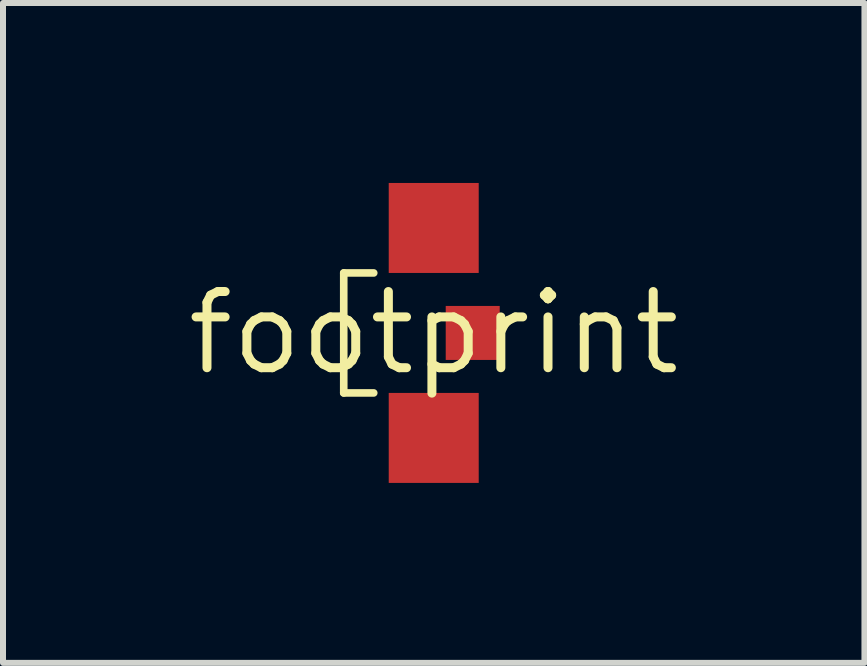
<source format=kicad_pcb>
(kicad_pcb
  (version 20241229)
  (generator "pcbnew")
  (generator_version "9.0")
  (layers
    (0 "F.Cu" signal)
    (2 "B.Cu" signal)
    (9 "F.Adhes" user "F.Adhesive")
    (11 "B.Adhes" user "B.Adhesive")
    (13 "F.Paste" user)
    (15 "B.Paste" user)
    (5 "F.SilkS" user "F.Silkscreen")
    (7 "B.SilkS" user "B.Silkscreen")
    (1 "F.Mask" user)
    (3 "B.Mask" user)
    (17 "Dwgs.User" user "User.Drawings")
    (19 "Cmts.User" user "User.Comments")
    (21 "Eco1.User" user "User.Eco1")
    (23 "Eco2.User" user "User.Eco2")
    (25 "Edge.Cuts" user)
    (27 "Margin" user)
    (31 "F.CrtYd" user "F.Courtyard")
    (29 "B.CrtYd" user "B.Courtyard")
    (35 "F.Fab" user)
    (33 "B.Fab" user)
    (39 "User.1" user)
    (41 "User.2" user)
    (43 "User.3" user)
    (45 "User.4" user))
  (footprint "footprint"
    (layer "F.Cu")
    (at 4.18 2.5)
    (property "Reference" "footprint" (at 0 0 0) (layer "F.SilkS") (effects (font (size 1.27 1.27) (thickness 0.15))))
    (fp_line (start -1.5 -1) (end -1.5 1) (stroke (width 0.127) (type solid)) (layer "F.SilkS"))
    (fp_line (start -1.5 1) (end -1 1) (stroke (width 0.127) (type solid)) (layer "F.SilkS"))
    (fp_line (start -1 -1) (end -1.5 -1) (stroke (width 0.127) (type solid)) (layer "F.SilkS"))
    (pad "1" smd rect (at 0 1.75) (size 1.5 1.5) (layers "F.Cu" "F.Mask" "F.Paste"))
    (pad "2" smd rect (at 0 -1.75) (size 1.5 1.5) (layers "F.Cu" "F.Mask" "F.Paste"))
    (pad "3" smd rect (at 0.65 0) (size 0.9 0.9) (layers "F.Cu" "F.Mask" "F.Paste")))
  (gr_rect
    (start -3 -3)
    (end 11.36 8)
    (stroke (width 0.1) (type default))
    (fill no)
    (layer "Edge.Cuts")))
</source>
